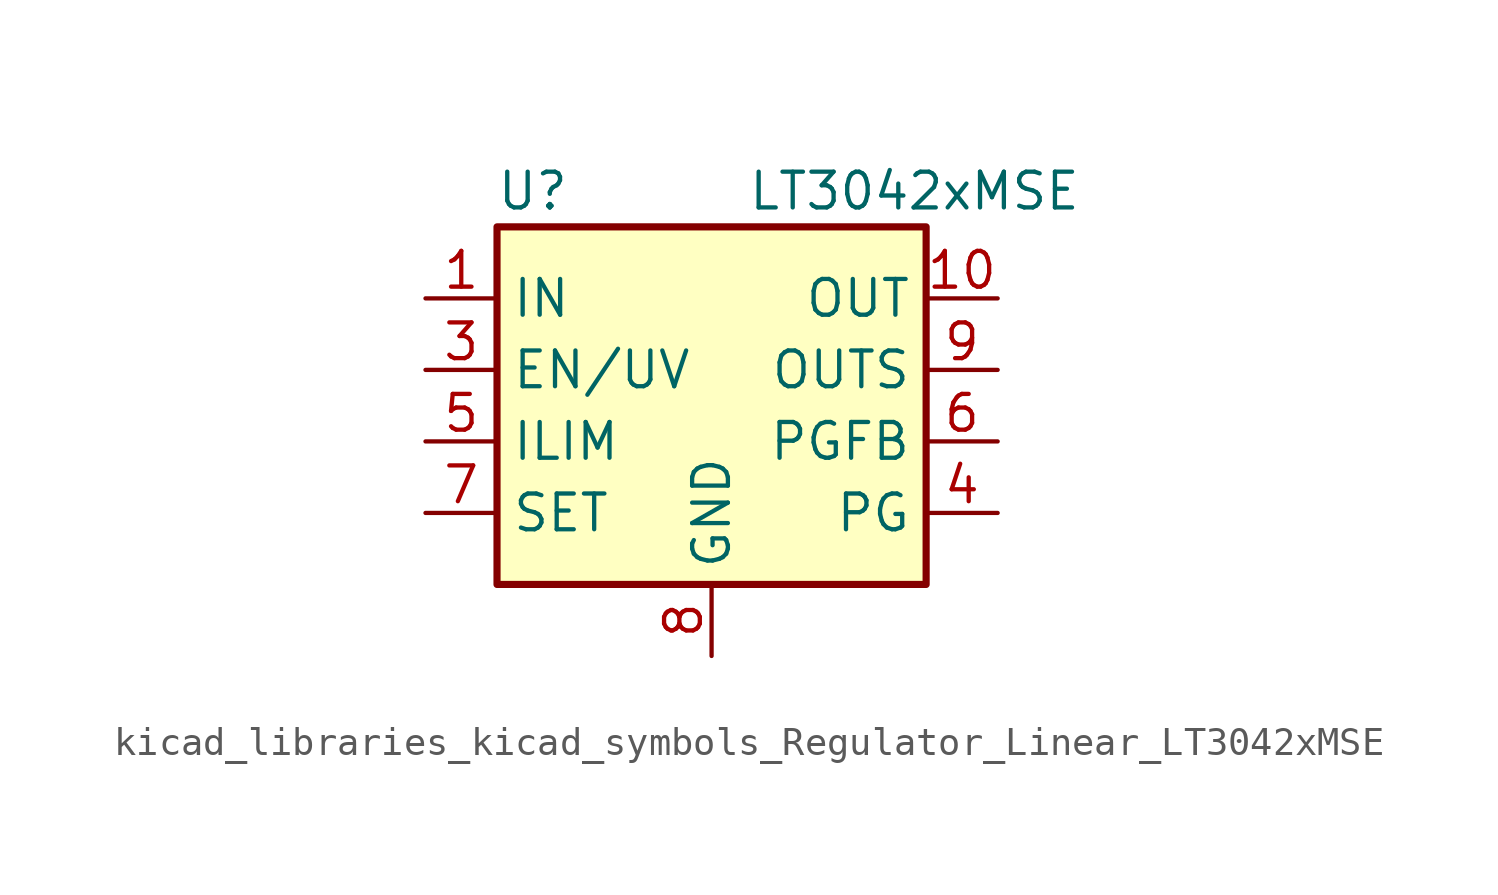
<source format=kicad_sym>
(kicad_symbol_lib
  (version 20220914)
  (generator kicad_symbol_editor)
  (symbol "kicad_libraries_kicad_symbols_Regulator_Linear_LT3042xMSE"
    (property "Reference" "U"
      (at -6.35 6.35 0)
      (effects (font (size 1.27 1.27))))
    (property "Value" "LT3042xMSE"
      (at 1.27 6.35 0)
      (effects (font (size 1.27 1.27)) (justify left)))
    (symbol "kicad_libraries_kicad_symbols_Regulator_Linear_LT3042xMSE_0_1"
      (rectangle (start -7.62 5.08) (end 7.62 -7.62) (stroke (width 0.254) (type default)) (fill (type background))))
    (symbol "kicad_libraries_kicad_symbols_Regulator_Linear_LT3042xMSE_1_1"
      (pin power_in line (at -10.16 2.54 0) (length 2.54) (name "IN" (effects (font (size 1.27 1.27)))) (number "1" (effects (font (size 1.27 1.27)))))
      (pin power_out line (at 10.16 2.54 180) (length 2.54) (name "OUT" (effects (font (size 1.27 1.27)))) (number "10" (effects (font (size 1.27 1.27)))))
      (pin passive line (at 0 -10.16 90) (length 2.54) hide (name "GND" (effects (font (size 1.27 1.27)))) (number "11" (effects (font (size 1.27 1.27)))))
      (pin passive line (at -10.16 2.54 0) (length 2.54) hide (name "IN" (effects (font (size 1.27 1.27)))) (number "2" (effects (font (size 1.27 1.27)))))
      (pin input line (at -10.16 0 0) (length 2.54) (name "EN/UV" (effects (font (size 1.27 1.27)))) (number "3" (effects (font (size 1.27 1.27)))))
      (pin open_collector line (at 10.16 -5.08 180) (length 2.54) (name "PG" (effects (font (size 1.27 1.27)))) (number "4" (effects (font (size 1.27 1.27)))))
      (pin passive line (at -10.16 -2.54 0) (length 2.54) (name "ILIM" (effects (font (size 1.27 1.27)))) (number "5" (effects (font (size 1.27 1.27)))))
      (pin input line (at 10.16 -2.54 180) (length 2.54) (name "PGFB" (effects (font (size 1.27 1.27)))) (number "6" (effects (font (size 1.27 1.27)))))
      (pin passive line (at -10.16 -5.08 0) (length 2.54) (name "SET" (effects (font (size 1.27 1.27)))) (number "7" (effects (font (size 1.27 1.27)))))
      (pin power_in line (at 0 -10.16 90) (length 2.54) (name "GND" (effects (font (size 1.27 1.27)))) (number "8" (effects (font (size 1.27 1.27)))))
      (pin input line (at 10.16 0 180) (length 2.54) (name "OUTS" (effects (font (size 1.27 1.27)))) (number "9" (effects (font (size 1.27 1.27))))))))
</source>
